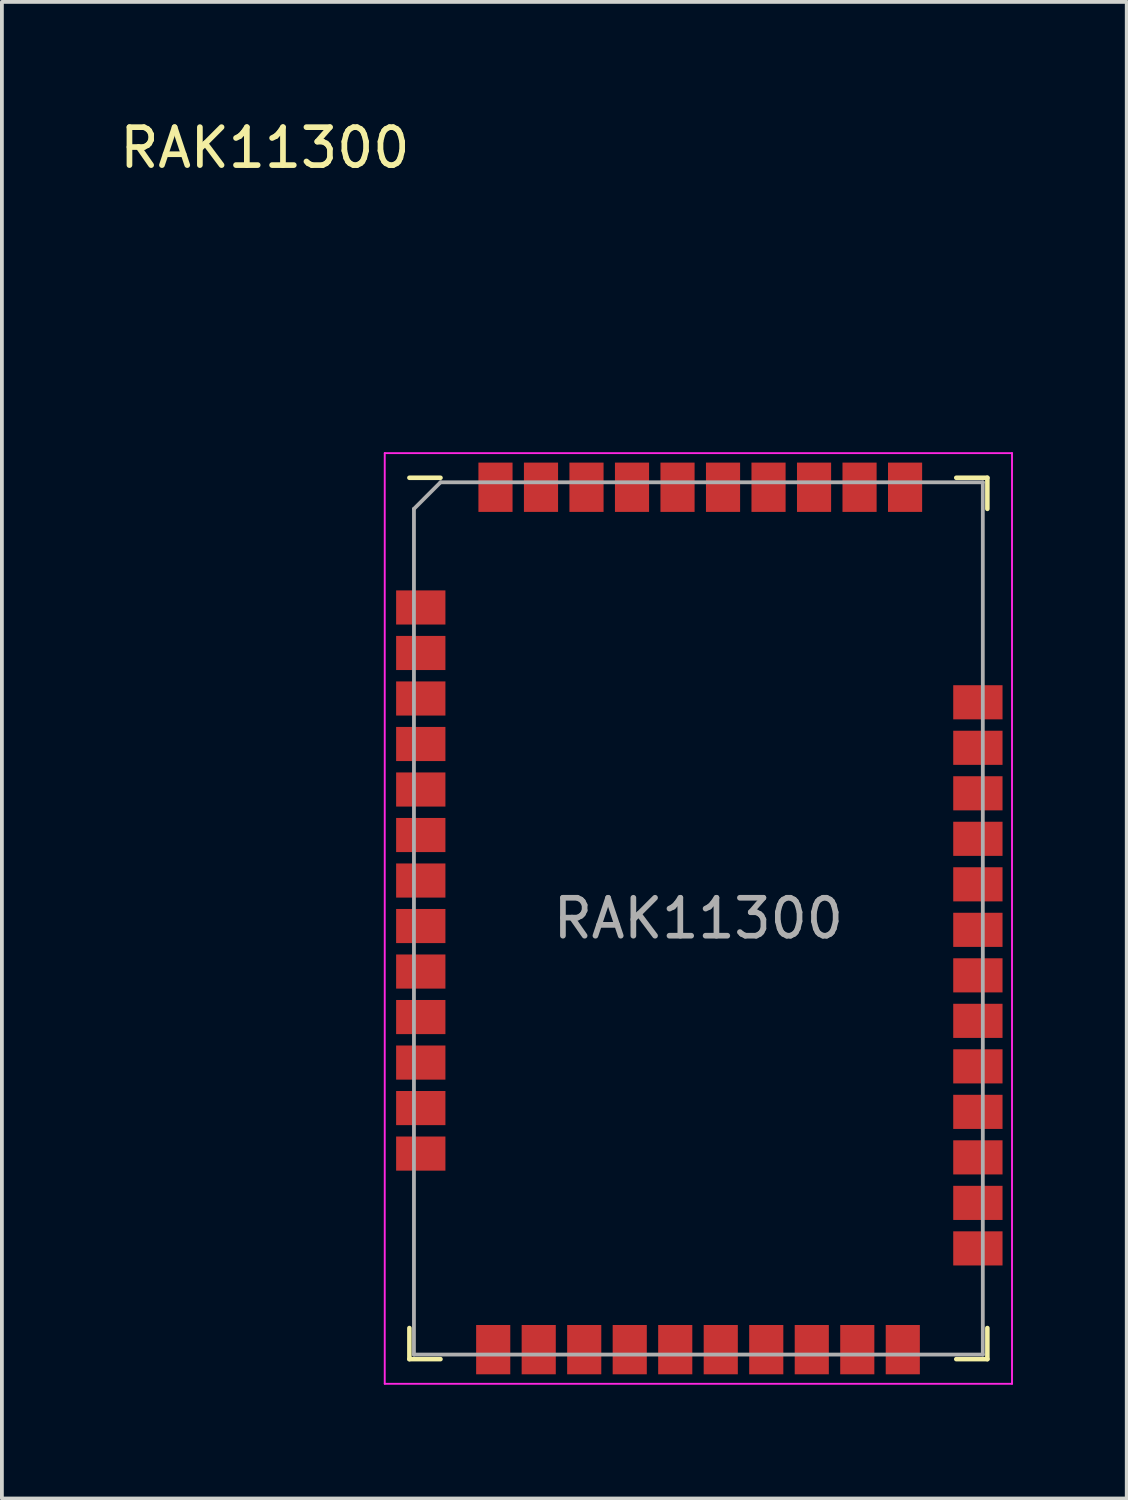
<source format=kicad_pcb>
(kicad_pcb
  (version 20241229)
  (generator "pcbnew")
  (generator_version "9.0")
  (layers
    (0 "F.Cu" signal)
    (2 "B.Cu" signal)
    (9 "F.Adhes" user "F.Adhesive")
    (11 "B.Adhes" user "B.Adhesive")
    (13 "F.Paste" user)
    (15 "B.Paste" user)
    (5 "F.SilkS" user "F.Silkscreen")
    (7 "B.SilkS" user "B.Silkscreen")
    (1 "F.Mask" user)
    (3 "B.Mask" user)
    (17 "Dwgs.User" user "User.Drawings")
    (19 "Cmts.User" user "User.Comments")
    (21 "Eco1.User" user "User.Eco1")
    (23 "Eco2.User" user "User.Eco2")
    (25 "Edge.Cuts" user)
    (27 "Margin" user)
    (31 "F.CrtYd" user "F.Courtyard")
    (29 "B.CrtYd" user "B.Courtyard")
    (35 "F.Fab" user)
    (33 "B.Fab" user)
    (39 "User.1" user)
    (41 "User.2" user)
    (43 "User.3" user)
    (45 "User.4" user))
  (footprint "RAK11300"
    (layer "F.Cu")
    (at 15.365 21.168)
    (property "Reference" "RAK11300" (at -11.43 -20.32 0) (layer "F.SilkS") (effects (font (size 1 1) (thickness 0.15))))
    (attr smd)
    (fp_line (start -7.62 -11.62) (end -6.8 -11.62) (stroke (width 0.12) (type solid)) (layer "F.SilkS"))
    (fp_line (start -7.62 10.8) (end -7.62 11.62) (stroke (width 0.12) (type solid)) (layer "F.SilkS"))
    (fp_line (start -6.8 11.62) (end -7.62 11.62) (stroke (width 0.12) (type solid)) (layer "F.SilkS"))
    (fp_line (start 6.8 11.62) (end 7.62 11.62) (stroke (width 0.12) (type solid)) (layer "F.SilkS"))
    (fp_line (start 7.62 -11.62) (end 6.8 -11.62) (stroke (width 0.12) (type solid)) (layer "F.SilkS"))
    (fp_line (start 7.62 -10.8) (end 7.62 -11.62) (stroke (width 0.12) (type solid)) (layer "F.SilkS"))
    (fp_line (start 7.62 10.8) (end 7.62 11.62) (stroke (width 0.12) (type solid)) (layer "F.SilkS"))
    (fp_line (start -8.27 -12.27) (end -8.27 12.27) (stroke (width 0.05) (type solid)) (layer "F.CrtYd"))
    (fp_line (start -8.27 12.27) (end 8.27 12.27) (stroke (width 0.05) (type solid)) (layer "F.CrtYd"))
    (fp_line (start 8.27 -12.27) (end -8.27 -12.27) (stroke (width 0.05) (type solid)) (layer "F.CrtYd"))
    (fp_line (start 8.27 -12.27) (end 8.27 12.27) (stroke (width 0.05) (type solid)) (layer "F.CrtYd"))
    (fp_line (start -7.5 -10.8) (end -7.5 11.5) (stroke (width 0.1) (type solid)) (layer "F.Fab"))
    (fp_line (start -7.5 -10.8) (end -6.8 -11.5) (stroke (width 0.1) (type solid)) (layer "F.Fab"))
    (fp_line (start -7.5 11.5) (end 7.5 11.5) (stroke (width 0.1) (type solid)) (layer "F.Fab"))
    (fp_line (start -6.8 -11.5) (end 7.5 -11.5) (stroke (width 0.1) (type solid)) (layer "F.Fab"))
    (fp_line (start 7.5 -11.5) (end 7.5 11.5) (stroke (width 0.1) (type solid)) (layer "F.Fab"))
    (fp_text user "${REFERENCE}" (at 0 0 0) (layer "F.Fab") (effects (font (size 1 1) (thickness 0.15))))
    (pad "1" smd rect (at -7.32 -8.2) (size 1.3 0.9) (layers "F.Cu" "F.Mask" "F.Paste"))
    (pad "2" smd rect (at -7.32 -7) (size 1.3 0.9) (layers "F.Cu" "F.Mask" "F.Paste"))
    (pad "3" smd rect (at -7.32 -5.8) (size 1.3 0.9) (layers "F.Cu" "F.Mask" "F.Paste"))
    (pad "4" smd rect (at -7.32 -4.6) (size 1.3 0.9) (layers "F.Cu" "F.Mask" "F.Paste"))
    (pad "5" smd rect (at -7.32 -3.4) (size 1.3 0.9) (layers "F.Cu" "F.Mask" "F.Paste"))
    (pad "6" smd rect (at -7.32 -2.2) (size 1.3 0.9) (layers "F.Cu" "F.Mask" "F.Paste"))
    (pad "7" smd rect (at -7.32 -1) (size 1.3 0.9) (layers "F.Cu" "F.Mask" "F.Paste"))
    (pad "8" smd rect (at -7.32 0.2) (size 1.3 0.9) (layers "F.Cu" "F.Mask" "F.Paste"))
    (pad "9" smd rect (at -7.32 1.4) (size 1.3 0.9) (layers "F.Cu" "F.Mask" "F.Paste"))
    (pad "10" smd rect (at -7.32 2.6) (size 1.3 0.9) (layers "F.Cu" "F.Mask" "F.Paste"))
    (pad "11" smd rect (at -7.32 3.8) (size 1.3 0.9) (layers "F.Cu" "F.Mask" "F.Paste"))
    (pad "12" smd rect (at -7.32 5) (size 1.3 0.9) (layers "F.Cu" "F.Mask" "F.Paste"))
    (pad "13" smd rect (at -7.32 6.2) (size 1.3 0.9) (layers "F.Cu" "F.Mask" "F.Paste"))
    (pad "14" smd rect (at -5.41 11.37 270) (size 1.3 0.9) (layers "F.Cu" "F.Mask" "F.Paste"))
    (pad "15" smd rect (at -4.21 11.37 90) (size 1.3 0.9) (layers "F.Cu" "F.Mask" "F.Paste"))
    (pad "16" smd rect (at -3.01 11.37 90) (size 1.3 0.9) (layers "F.Cu" "F.Mask" "F.Paste"))
    (pad "17" smd rect (at -1.81 11.37 90) (size 1.3 0.9) (layers "F.Cu" "F.Mask" "F.Paste"))
    (pad "18" smd rect (at -0.61 11.37 90) (size 1.3 0.9) (layers "F.Cu" "F.Mask" "F.Paste"))
    (pad "19" smd rect (at 0.59 11.37 90) (size 1.3 0.9) (layers "F.Cu" "F.Mask" "F.Paste"))
    (pad "20" smd rect (at 1.79 11.37 90) (size 1.3 0.9) (layers "F.Cu" "F.Mask" "F.Paste"))
    (pad "21" smd rect (at 2.99 11.37 90) (size 1.3 0.9) (layers "F.Cu" "F.Mask" "F.Paste"))
    (pad "22" smd rect (at 4.19 11.37 90) (size 1.3 0.9) (layers "F.Cu" "F.Mask" "F.Paste"))
    (pad "23" smd rect (at 5.39 11.37 90) (size 1.3 0.9) (layers "F.Cu" "F.Mask" "F.Paste"))
    (pad "24" smd rect (at 7.37 8.7) (size 1.3 0.9) (layers "F.Cu" "F.Mask" "F.Paste"))
    (pad "25" smd rect (at 7.37 7.5) (size 1.3 0.9) (layers "F.Cu" "F.Mask" "F.Paste"))
    (pad "26" smd rect (at 7.37 6.3) (size 1.3 0.9) (layers "F.Cu" "F.Mask" "F.Paste"))
    (pad "27" smd rect (at 7.37 5.1) (size 1.3 0.9) (layers "F.Cu" "F.Mask" "F.Paste"))
    (pad "28" smd rect (at 7.37 3.9) (size 1.3 0.9) (layers "F.Cu" "F.Mask" "F.Paste"))
    (pad "29" smd rect (at 7.37 2.7) (size 1.3 0.9) (layers "F.Cu" "F.Mask" "F.Paste"))
    (pad "30" smd rect (at 7.37 1.5) (size 1.3 0.9) (layers "F.Cu" "F.Mask" "F.Paste"))
    (pad "31" smd rect (at 7.37 0.3) (size 1.3 0.9) (layers "F.Cu" "F.Mask" "F.Paste"))
    (pad "32" smd rect (at 7.37 -0.9) (size 1.3 0.9) (layers "F.Cu" "F.Mask" "F.Paste"))
    (pad "33" smd rect (at 7.37 -2.1) (size 1.3 0.9) (layers "F.Cu" "F.Mask" "F.Paste"))
    (pad "34" smd rect (at 7.37 -3.3) (size 1.3 0.9) (layers "F.Cu" "F.Mask" "F.Paste"))
    (pad "35" smd rect (at 7.37 -4.5) (size 1.3 0.9) (layers "F.Cu" "F.Mask" "F.Paste"))
    (pad "36" smd rect (at 7.37 -5.7) (size 1.3 0.9) (layers "F.Cu" "F.Mask" "F.Paste"))
    (pad "37" smd rect (at 5.45 -11.37 270) (size 1.3 0.9) (layers "F.Cu" "F.Mask" "F.Paste"))
    (pad "38" smd rect (at 4.25 -11.37 270) (size 1.3 0.9) (layers "F.Cu" "F.Mask" "F.Paste"))
    (pad "39" smd rect (at 3.05 -11.37 270) (size 1.3 0.9) (layers "F.Cu" "F.Mask" "F.Paste"))
    (pad "40" smd rect (at 1.85 -11.37 270) (size 1.3 0.9) (layers "F.Cu" "F.Mask" "F.Paste"))
    (pad "41" smd rect (at 0.65 -11.37 270) (size 1.3 0.9) (layers "F.Cu" "F.Mask" "F.Paste"))
    (pad "42" smd rect (at -0.55 -11.37 270) (size 1.3 0.9) (layers "F.Cu" "F.Mask" "F.Paste"))
    (pad "43" smd rect (at -1.75 -11.37 270) (size 1.3 0.9) (layers "F.Cu" "F.Mask" "F.Paste"))
    (pad "44" smd rect (at -2.95 -11.37 270) (size 1.3 0.9) (layers "F.Cu" "F.Mask" "F.Paste"))
    (pad "45" smd rect (at -4.15 -11.37 270) (size 1.3 0.9) (layers "F.Cu" "F.Mask" "F.Paste"))
    (pad "46" smd rect (at -5.35 -11.37 270) (size 1.3 0.9) (layers "F.Cu" "F.Mask" "F.Paste")))
  (gr_rect
    (start -3 -3)
    (end 26.66 36.463)
    (stroke (width 0.1) (type default))
    (fill no)
    (layer "Edge.Cuts")))
</source>
